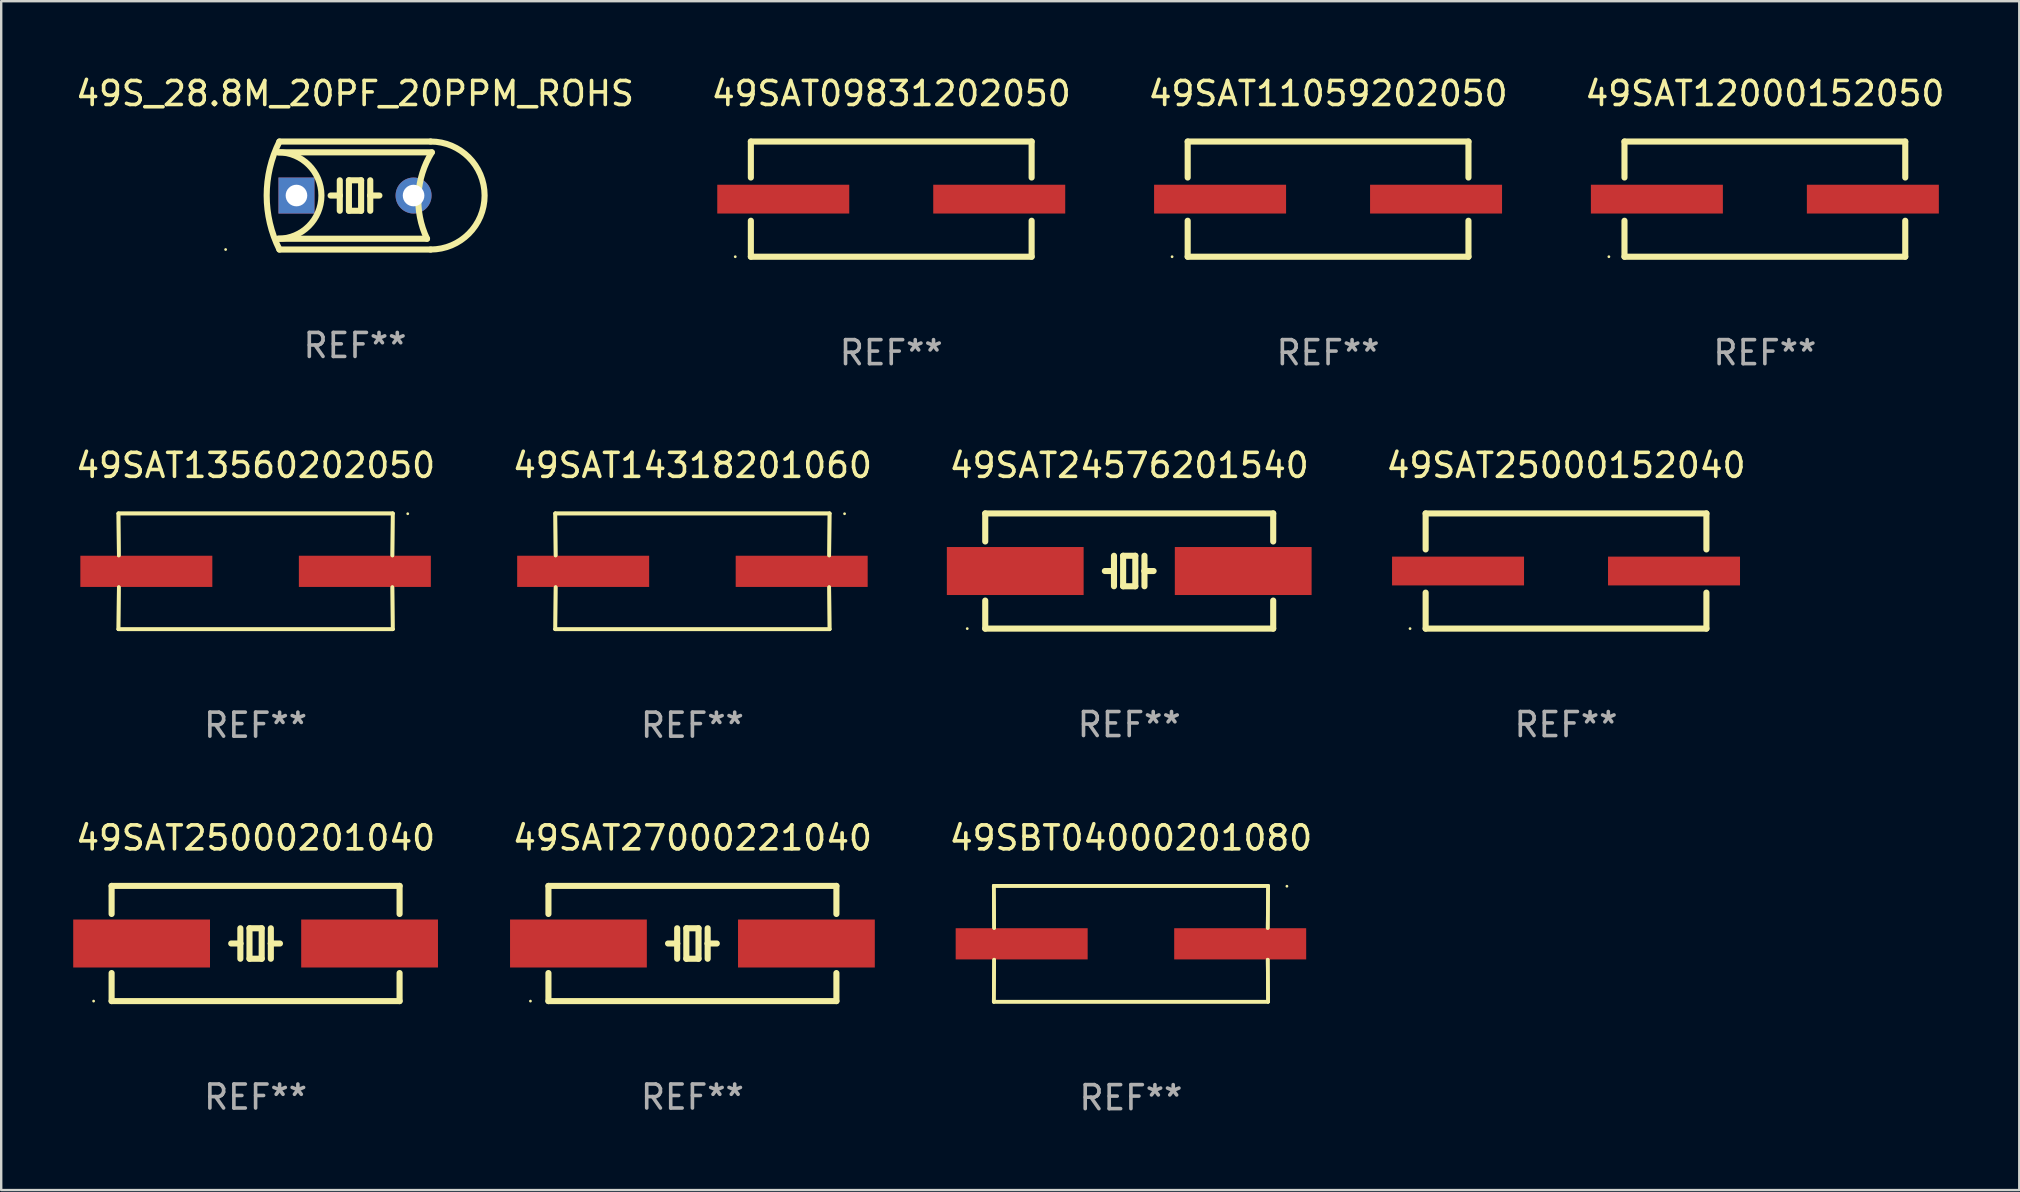
<source format=kicad_pcb>
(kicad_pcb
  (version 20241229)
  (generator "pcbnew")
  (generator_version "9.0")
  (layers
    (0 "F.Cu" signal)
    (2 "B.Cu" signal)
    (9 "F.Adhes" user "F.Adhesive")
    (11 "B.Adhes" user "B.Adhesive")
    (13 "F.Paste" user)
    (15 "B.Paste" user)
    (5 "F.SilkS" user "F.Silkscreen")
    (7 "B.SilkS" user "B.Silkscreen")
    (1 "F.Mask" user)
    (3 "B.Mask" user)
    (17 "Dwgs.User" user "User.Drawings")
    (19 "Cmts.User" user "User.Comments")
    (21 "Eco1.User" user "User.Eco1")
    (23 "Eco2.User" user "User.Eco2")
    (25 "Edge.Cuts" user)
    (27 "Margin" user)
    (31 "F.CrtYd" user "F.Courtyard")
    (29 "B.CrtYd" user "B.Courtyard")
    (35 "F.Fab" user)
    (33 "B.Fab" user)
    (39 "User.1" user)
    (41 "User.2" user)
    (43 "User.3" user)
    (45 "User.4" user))
  (footprint "49SAT09831202050"
    (layer "F.Cu")
    (at 34.089 5.248)
    (property "Reference" "49SAT09831202050" (at 0 -4.4 0) (layer "F.SilkS") (effects (font (size 1 1) (thickness 0.15))))
    (attr through_hole)
    (fp_line (start -5.85 -2.4) (end 5.85 -2.4) (stroke (width 0.254) (type solid)) (layer "F.SilkS"))
    (fp_line (start -5.85 -2.4) (end -5.85 -0.9) (stroke (width 0.254) (type solid)) (layer "F.SilkS"))
    (fp_line (start -5.85 2.4) (end 5.85 2.4) (stroke (width 0.254) (type solid)) (layer "F.SilkS"))
    (fp_line (start -5.85 0.9) (end -5.85 2.4) (stroke (width 0.254) (type solid)) (layer "F.SilkS"))
    (fp_line (start 5.85 -2.4) (end 5.85 -0.9) (stroke (width 0.254) (type solid)) (layer "F.SilkS"))
    (fp_line (start 5.85 0.9) (end 5.85 2.4) (stroke (width 0.254) (type solid)) (layer "F.SilkS"))
    (fp_circle (center -6.5 2.4) (end -6.47 2.4) (stroke (width 0.06) (type solid)) (fill no) (layer "F.SilkS"))
    (fp_text user "REF**" (at 0 6.4 0) (layer "F.Fab") (effects (font (size 1 1) (thickness 0.15))))
    (pad "1" smd rect (at -4.5 -0.000025) (size 5.5 1.2) (layers "F.Cu" "F.Mask" "F.Paste"))
    (pad "2" smd rect (at 4.5 -0.000025) (size 5.5 1.2) (layers "F.Cu" "F.Mask" "F.Paste")))
  (footprint "49SAT11059202050"
    (layer "F.Cu")
    (at 52.292 5.248)
    (property "Reference" "49SAT11059202050" (at 0 -4.4 0) (layer "F.SilkS") (effects (font (size 1 1) (thickness 0.15))))
    (attr through_hole)
    (fp_line (start -5.85 -2.4) (end 5.85 -2.4) (stroke (width 0.254) (type solid)) (layer "F.SilkS"))
    (fp_line (start -5.85 -2.4) (end -5.85 -0.9) (stroke (width 0.254) (type solid)) (layer "F.SilkS"))
    (fp_line (start -5.85 2.4) (end 5.85 2.4) (stroke (width 0.254) (type solid)) (layer "F.SilkS"))
    (fp_line (start -5.85 0.9) (end -5.85 2.4) (stroke (width 0.254) (type solid)) (layer "F.SilkS"))
    (fp_line (start 5.85 -2.4) (end 5.85 -0.9) (stroke (width 0.254) (type solid)) (layer "F.SilkS"))
    (fp_line (start 5.85 0.9) (end 5.85 2.4) (stroke (width 0.254) (type solid)) (layer "F.SilkS"))
    (fp_circle (center -6.5 2.4) (end -6.47 2.4) (stroke (width 0.06) (type solid)) (fill no) (layer "F.SilkS"))
    (fp_text user "REF**" (at 0 6.4 0) (layer "F.Fab") (effects (font (size 1 1) (thickness 0.15))))
    (pad "1" smd rect (at -4.5 -0.000025) (size 5.5 1.2) (layers "F.Cu" "F.Mask" "F.Paste"))
    (pad "2" smd rect (at 4.5 -0.000025) (size 5.5 1.2) (layers "F.Cu" "F.Mask" "F.Paste")))
  (footprint "49SBT04000201080"
    (layer "F.Cu")
    (at 44.077 36.28)
    (property "Reference" "49SBT04000201080" (at 0 -4.413 0) (layer "F.SilkS") (effects (font (size 1 1) (thickness 0.15))))
    (attr through_hole)
    (fp_line (start -5.715 -2.413) (end -5.7 -0.662) (stroke (width 0.152) (type solid)) (layer "F.SilkS"))
    (fp_line (start -5.715 -2.413) (end -5.7 -0.662) (stroke (width 0.152) (type solid)) (layer "F.SilkS"))
    (fp_line (start -5.715 2.413) (end 5.715 2.413) (stroke (width 0.152) (type solid)) (layer "F.SilkS"))
    (fp_line (start -5.715 2.413) (end 5.715 2.413) (stroke (width 0.152) (type solid)) (layer "F.SilkS"))
    (fp_line (start -5.7 0.662) (end -5.715 2.413) (stroke (width 0.152) (type solid)) (layer "F.SilkS"))
    (fp_line (start -5.7 0.662) (end -5.715 2.413) (stroke (width 0.152) (type solid)) (layer "F.SilkS"))
    (fp_line (start 5.7 -0.662) (end 5.715 -2.413) (stroke (width 0.152) (type solid)) (layer "F.SilkS"))
    (fp_line (start 5.7 -0.662) (end 5.715 -2.413) (stroke (width 0.152) (type solid)) (layer "F.SilkS"))
    (fp_line (start 5.715 -2.413) (end -5.715 -2.413) (stroke (width 0.152) (type solid)) (layer "F.SilkS"))
    (fp_line (start 5.715 -2.413) (end -5.715 -2.413) (stroke (width 0.152) (type solid)) (layer "F.SilkS"))
    (fp_line (start 5.715 2.413) (end 5.7 0.662) (stroke (width 0.152) (type solid)) (layer "F.SilkS"))
    (fp_line (start 5.715 2.413) (end 5.7 0.662) (stroke (width 0.152) (type solid)) (layer "F.SilkS"))
    (fp_circle (center 6.5 -2.4) (end 6.53 -2.4) (stroke (width 0.06) (type solid)) (fill no) (layer "F.SilkS"))
    (fp_text user "REF**" (at 0 6.413 0) (layer "F.Fab") (effects (font (size 1 1) (thickness 0.15))))
    (pad "1" smd rect (at 4.553 0) (size 5.5 1.3) (layers "F.Cu" "F.Mask" "F.Paste"))
    (pad "2" smd rect (at -4.553 0) (size 5.5 1.3) (layers "F.Cu" "F.Mask" "F.Paste")))
  (footprint "49SAT13560202050"
    (layer "F.Cu")
    (at 7.601 20.758)
    (property "Reference" "49SAT13560202050" (at 0 -4.413 0) (layer "F.SilkS") (effects (font (size 1 1) (thickness 0.15))))
    (attr through_hole)
    (fp_line (start -5.715 -2.413) (end -5.7 -0.662) (stroke (width 0.152) (type solid)) (layer "F.SilkS"))
    (fp_line (start -5.715 -2.413) (end -5.7 -0.662) (stroke (width 0.152) (type solid)) (layer "F.SilkS"))
    (fp_line (start -5.715 2.413) (end 5.715 2.413) (stroke (width 0.152) (type solid)) (layer "F.SilkS"))
    (fp_line (start -5.715 2.413) (end 5.715 2.413) (stroke (width 0.152) (type solid)) (layer "F.SilkS"))
    (fp_line (start -5.7 0.662) (end -5.715 2.413) (stroke (width 0.152) (type solid)) (layer "F.SilkS"))
    (fp_line (start -5.7 0.662) (end -5.715 2.413) (stroke (width 0.152) (type solid)) (layer "F.SilkS"))
    (fp_line (start 5.7 -0.662) (end 5.715 -2.413) (stroke (width 0.152) (type solid)) (layer "F.SilkS"))
    (fp_line (start 5.7 -0.662) (end 5.715 -2.413) (stroke (width 0.152) (type solid)) (layer "F.SilkS"))
    (fp_line (start 5.715 -2.413) (end -5.715 -2.413) (stroke (width 0.152) (type solid)) (layer "F.SilkS"))
    (fp_line (start 5.715 -2.413) (end -5.715 -2.413) (stroke (width 0.152) (type solid)) (layer "F.SilkS"))
    (fp_line (start 5.715 2.413) (end 5.7 0.662) (stroke (width 0.152) (type solid)) (layer "F.SilkS"))
    (fp_line (start 5.715 2.413) (end 5.7 0.662) (stroke (width 0.152) (type solid)) (layer "F.SilkS"))
    (fp_circle (center 6.34 -2.4) (end 6.37 -2.4) (stroke (width 0.06) (type solid)) (fill no) (layer "F.SilkS"))
    (fp_text user "REF**" (at 0 6.413 0) (layer "F.Fab") (effects (font (size 1 1) (thickness 0.15))))
    (pad "1" smd rect (at 4.553 0) (size 5.5 1.3) (layers "F.Cu" "F.Mask" "F.Paste"))
    (pad "2" smd rect (at -4.553 0) (size 5.5 1.3) (layers "F.Cu" "F.Mask" "F.Paste")))
  (footprint "49S_28.8M_20PF_20PPM_ROHS"
    (layer "F.Cu")
    (at 11.744 5.098)
    (property "Reference" "49S_28.8M_20PF_20PPM_ROHS" (at 0 -4.25 0) (layer "F.SilkS") (effects (font (size 1 1) (thickness 0.15))))
    (attr through_hole)
    (fp_line (start -3.2 -1.8) (end 3.2 -1.8) (stroke (width 0.254) (type solid)) (layer "F.SilkS"))
    (fp_line (start -3.15 2.25) (end 3.15 2.25) (stroke (width 0.254) (type solid)) (layer "F.SilkS"))
    (fp_line (start -0.635 -0.635) (end -0.635 0) (stroke (width 0.254) (type solid)) (layer "F.SilkS"))
    (fp_line (start -0.635 0) (end -1.016 0) (stroke (width 0.254) (type solid)) (layer "F.SilkS"))
    (fp_line (start -0.635 0) (end -0.635 0.635) (stroke (width 0.254) (type solid)) (layer "F.SilkS"))
    (fp_line (start -0.254 -0.635) (end -0.254 0.635) (stroke (width 0.254) (type solid)) (layer "F.SilkS"))
    (fp_line (start -0.254 0.635) (end 0.254 0.635) (stroke (width 0.254) (type solid)) (layer "F.SilkS"))
    (fp_line (start 0.254 -0.635) (end -0.254 -0.635) (stroke (width 0.254) (type solid)) (layer "F.SilkS"))
    (fp_line (start 0.254 0.635) (end 0.254 -0.635) (stroke (width 0.254) (type solid)) (layer "F.SilkS"))
    (fp_line (start 0.635 -0.635) (end 0.635 0) (stroke (width 0.254) (type solid)) (layer "F.SilkS"))
    (fp_line (start 0.635 0) (end 0.635 0.635) (stroke (width 0.254) (type solid)) (layer "F.SilkS"))
    (fp_line (start 0.635 0) (end 1.016 0) (stroke (width 0.254) (type solid)) (layer "F.SilkS"))
    (fp_line (start 3 1.8) (end -3.2 1.8) (stroke (width 0.254) (type solid)) (layer "F.SilkS"))
    (fp_line (start 3.15 -2.25) (end -3.15 -2.25) (stroke (width 0.254) (type solid)) (layer "F.SilkS"))
    (fp_arc (start -3.200406 -1.800864) (mid -1.399974 -0.000635) (end -3.2 1.8) (stroke (width 0.254001) (type solid)) (layer "F.SilkS"))
    (fp_arc (start -3.149606 2.250444) (mid -3.680941 0.000261) (end -3.149987 -2.250013) (stroke (width 0.254001) (type solid)) (layer "F.SilkS"))
    (fp_arc (start 2.999746 1.800863) (mid 2.642982 -0.024977) (end 3.2 -1.8) (stroke (width 0.254001) (type solid)) (layer "F.SilkS"))
    (fp_arc (start 3.149607 -2.250445) (mid 5.399848 -0.000406) (end 3.149987 2.250013) (stroke (width 0.254001) (type solid)) (layer "F.SilkS"))
    (fp_circle (center -5.392 2.25) (end -5.362 2.25) (stroke (width 0.06) (type solid)) (fill no) (layer "F.SilkS"))
    (fp_text user "REF**" (at 0 6.25 0) (layer "F.Fab") (effects (font (size 1 1) (thickness 0.15))))
    (pad "1" thru_hole rect (at -2.44 0) (size 1.5 1.5) (drill 0.9) (layers "*.Cu" "*.Mask"))
    (pad "2" thru_hole circle (at 2.44 0) (size 1.5 1.5) (drill 0.9) (layers "*.Cu" "*.Mask")))
  (footprint "49SAT14318201060"
    (layer "F.Cu")
    (at 25.804 20.758)
    (property "Reference" "49SAT14318201060" (at 0 -4.413 0) (layer "F.SilkS") (effects (font (size 1 1) (thickness 0.15))))
    (attr through_hole)
    (fp_line (start -5.715 -2.413) (end -5.7 -0.662) (stroke (width 0.152) (type solid)) (layer "F.SilkS"))
    (fp_line (start -5.715 -2.413) (end -5.7 -0.662) (stroke (width 0.152) (type solid)) (layer "F.SilkS"))
    (fp_line (start -5.715 2.413) (end 5.715 2.413) (stroke (width 0.152) (type solid)) (layer "F.SilkS"))
    (fp_line (start -5.715 2.413) (end 5.715 2.413) (stroke (width 0.152) (type solid)) (layer "F.SilkS"))
    (fp_line (start -5.7 0.662) (end -5.715 2.413) (stroke (width 0.152) (type solid)) (layer "F.SilkS"))
    (fp_line (start -5.7 0.662) (end -5.715 2.413) (stroke (width 0.152) (type solid)) (layer "F.SilkS"))
    (fp_line (start 5.7 -0.662) (end 5.715 -2.413) (stroke (width 0.152) (type solid)) (layer "F.SilkS"))
    (fp_line (start 5.7 -0.662) (end 5.715 -2.413) (stroke (width 0.152) (type solid)) (layer "F.SilkS"))
    (fp_line (start 5.715 -2.413) (end -5.715 -2.413) (stroke (width 0.152) (type solid)) (layer "F.SilkS"))
    (fp_line (start 5.715 -2.413) (end -5.715 -2.413) (stroke (width 0.152) (type solid)) (layer "F.SilkS"))
    (fp_line (start 5.715 2.413) (end 5.7 0.662) (stroke (width 0.152) (type solid)) (layer "F.SilkS"))
    (fp_line (start 5.715 2.413) (end 5.7 0.662) (stroke (width 0.152) (type solid)) (layer "F.SilkS"))
    (fp_circle (center 6.34 -2.4) (end 6.37 -2.4) (stroke (width 0.06) (type solid)) (fill no) (layer "F.SilkS"))
    (fp_text user "REF**" (at 0 6.413 0) (layer "F.Fab") (effects (font (size 1 1) (thickness 0.15))))
    (pad "1" smd rect (at 4.553 0) (size 5.5 1.3) (layers "F.Cu" "F.Mask" "F.Paste"))
    (pad "2" smd rect (at -4.553 0) (size 5.5 1.3) (layers "F.Cu" "F.Mask" "F.Paste")))
  (footprint "49SAT27000221040"
    (layer "F.Cu")
    (at 25.804 36.267)
    (property "Reference" "49SAT27000221040" (at 0 -4.4 0) (layer "F.SilkS") (effects (font (size 1 1) (thickness 0.15))))
    (attr through_hole)
    (fp_line (start -6 -2.4) (end -6 -1.231) (stroke (width 0.254) (type solid)) (layer "F.SilkS"))
    (fp_line (start -6 -2.4) (end 6 -2.4) (stroke (width 0.254) (type solid)) (layer "F.SilkS"))
    (fp_line (start -6 1.231) (end -6 2.4) (stroke (width 0.254) (type solid)) (layer "F.SilkS"))
    (fp_line (start -6 2.4) (end 6 2.4) (stroke (width 0.254) (type solid)) (layer "F.SilkS"))
    (fp_line (start -0.635 -0.635) (end -0.635 0) (stroke (width 0.254) (type solid)) (layer "F.SilkS"))
    (fp_line (start -0.635 0) (end -1.016 0) (stroke (width 0.254) (type solid)) (layer "F.SilkS"))
    (fp_line (start -0.635 0) (end -0.635 0.635) (stroke (width 0.254) (type solid)) (layer "F.SilkS"))
    (fp_line (start -0.254 -0.635) (end -0.254 0.635) (stroke (width 0.254) (type solid)) (layer "F.SilkS"))
    (fp_line (start -0.254 0.635) (end 0.254 0.635) (stroke (width 0.254) (type solid)) (layer "F.SilkS"))
    (fp_line (start 0.254 -0.635) (end -0.254 -0.635) (stroke (width 0.254) (type solid)) (layer "F.SilkS"))
    (fp_line (start 0.254 0.635) (end 0.254 -0.635) (stroke (width 0.254) (type solid)) (layer "F.SilkS"))
    (fp_line (start 0.635 -0.635) (end 0.635 0) (stroke (width 0.254) (type solid)) (layer "F.SilkS"))
    (fp_line (start 0.635 0) (end 0.635 0.635) (stroke (width 0.254) (type solid)) (layer "F.SilkS"))
    (fp_line (start 0.635 0) (end 1.016 0) (stroke (width 0.254) (type solid)) (layer "F.SilkS"))
    (fp_line (start 6 -2.4) (end 6 -1.231) (stroke (width 0.254) (type solid)) (layer "F.SilkS"))
    (fp_line (start 6 1.231) (end 6 2.4) (stroke (width 0.254) (type solid)) (layer "F.SilkS"))
    (fp_circle (center -6.75 2.4) (end -6.72 2.4) (stroke (width 0.06) (type solid)) (fill no) (layer "F.SilkS"))
    (fp_text user "REF**" (at 0 6.4 0) (layer "F.Fab") (effects (font (size 1 1) (thickness 0.15))))
    (pad "1" smd rect (at -4.75 0) (size 5.7 2) (layers "F.Cu" "F.Mask" "F.Paste"))
    (pad "2" smd rect (at 4.75 0) (size 5.7 2) (layers "F.Cu" "F.Mask" "F.Paste")))
  (footprint "49SAT12000152050"
    (layer "F.Cu")
    (at 70.494 5.248)
    (property "Reference" "49SAT12000152050" (at 0 -4.4 0) (layer "F.SilkS") (effects (font (size 1 1) (thickness 0.15))))
    (attr through_hole)
    (fp_line (start -5.85 -2.4) (end 5.85 -2.4) (stroke (width 0.254) (type solid)) (layer "F.SilkS"))
    (fp_line (start -5.85 -2.4) (end -5.85 -0.9) (stroke (width 0.254) (type solid)) (layer "F.SilkS"))
    (fp_line (start -5.85 2.4) (end 5.85 2.4) (stroke (width 0.254) (type solid)) (layer "F.SilkS"))
    (fp_line (start -5.85 0.9) (end -5.85 2.4) (stroke (width 0.254) (type solid)) (layer "F.SilkS"))
    (fp_line (start 5.85 -2.4) (end 5.85 -0.9) (stroke (width 0.254) (type solid)) (layer "F.SilkS"))
    (fp_line (start 5.85 0.9) (end 5.85 2.4) (stroke (width 0.254) (type solid)) (layer "F.SilkS"))
    (fp_circle (center -6.5 2.4) (end -6.47 2.4) (stroke (width 0.06) (type solid)) (fill no) (layer "F.SilkS"))
    (fp_text user "REF**" (at 0 6.4 0) (layer "F.Fab") (effects (font (size 1 1) (thickness 0.15))))
    (pad "1" smd rect (at -4.5 -0.000025) (size 5.5 1.2) (layers "F.Cu" "F.Mask" "F.Paste"))
    (pad "2" smd rect (at 4.5 -0.000025) (size 5.5 1.2) (layers "F.Cu" "F.Mask" "F.Paste")))
  (footprint "49SAT24576201540"
    (layer "F.Cu")
    (at 44.006 20.745)
    (property "Reference" "49SAT24576201540" (at 0 -4.4 0) (layer "F.SilkS") (effects (font (size 1 1) (thickness 0.15))))
    (attr through_hole)
    (fp_line (start -6 -2.4) (end -6 -1.231) (stroke (width 0.254) (type solid)) (layer "F.SilkS"))
    (fp_line (start -6 -2.4) (end 6 -2.4) (stroke (width 0.254) (type solid)) (layer "F.SilkS"))
    (fp_line (start -6 1.231) (end -6 2.4) (stroke (width 0.254) (type solid)) (layer "F.SilkS"))
    (fp_line (start -6 2.4) (end 6 2.4) (stroke (width 0.254) (type solid)) (layer "F.SilkS"))
    (fp_line (start -0.635 -0.635) (end -0.635 0) (stroke (width 0.254) (type solid)) (layer "F.SilkS"))
    (fp_line (start -0.635 0) (end -1.016 0) (stroke (width 0.254) (type solid)) (layer "F.SilkS"))
    (fp_line (start -0.635 0) (end -0.635 0.635) (stroke (width 0.254) (type solid)) (layer "F.SilkS"))
    (fp_line (start -0.254 -0.635) (end -0.254 0.635) (stroke (width 0.254) (type solid)) (layer "F.SilkS"))
    (fp_line (start -0.254 0.635) (end 0.254 0.635) (stroke (width 0.254) (type solid)) (layer "F.SilkS"))
    (fp_line (start 0.254 -0.635) (end -0.254 -0.635) (stroke (width 0.254) (type solid)) (layer "F.SilkS"))
    (fp_line (start 0.254 0.635) (end 0.254 -0.635) (stroke (width 0.254) (type solid)) (layer "F.SilkS"))
    (fp_line (start 0.635 -0.635) (end 0.635 0) (stroke (width 0.254) (type solid)) (layer "F.SilkS"))
    (fp_line (start 0.635 0) (end 0.635 0.635) (stroke (width 0.254) (type solid)) (layer "F.SilkS"))
    (fp_line (start 0.635 0) (end 1.016 0) (stroke (width 0.254) (type solid)) (layer "F.SilkS"))
    (fp_line (start 6 -2.4) (end 6 -1.231) (stroke (width 0.254) (type solid)) (layer "F.SilkS"))
    (fp_line (start 6 1.231) (end 6 2.4) (stroke (width 0.254) (type solid)) (layer "F.SilkS"))
    (fp_circle (center -6.75 2.4) (end -6.72 2.4) (stroke (width 0.06) (type solid)) (fill no) (layer "F.SilkS"))
    (fp_text user "REF**" (at 0 6.4 0) (layer "F.Fab") (effects (font (size 1 1) (thickness 0.15))))
    (pad "1" smd rect (at -4.75 0) (size 5.7 2) (layers "F.Cu" "F.Mask" "F.Paste"))
    (pad "2" smd rect (at 4.75 0) (size 5.7 2) (layers "F.Cu" "F.Mask" "F.Paste")))
  (footprint "49SAT25000201040"
    (layer "F.Cu")
    (at 7.601 36.267)
    (property "Reference" "49SAT25000201040" (at 0 -4.4 0) (layer "F.SilkS") (effects (font (size 1 1) (thickness 0.15))))
    (attr through_hole)
    (fp_line (start -6 -2.4) (end -6 -1.231) (stroke (width 0.254) (type solid)) (layer "F.SilkS"))
    (fp_line (start -6 -2.4) (end 6 -2.4) (stroke (width 0.254) (type solid)) (layer "F.SilkS"))
    (fp_line (start -6 1.231) (end -6 2.4) (stroke (width 0.254) (type solid)) (layer "F.SilkS"))
    (fp_line (start -6 2.4) (end 6 2.4) (stroke (width 0.254) (type solid)) (layer "F.SilkS"))
    (fp_line (start -0.635 -0.635) (end -0.635 0) (stroke (width 0.254) (type solid)) (layer "F.SilkS"))
    (fp_line (start -0.635 0) (end -1.016 0) (stroke (width 0.254) (type solid)) (layer "F.SilkS"))
    (fp_line (start -0.635 0) (end -0.635 0.635) (stroke (width 0.254) (type solid)) (layer "F.SilkS"))
    (fp_line (start -0.254 -0.635) (end -0.254 0.635) (stroke (width 0.254) (type solid)) (layer "F.SilkS"))
    (fp_line (start -0.254 0.635) (end 0.254 0.635) (stroke (width 0.254) (type solid)) (layer "F.SilkS"))
    (fp_line (start 0.254 -0.635) (end -0.254 -0.635) (stroke (width 0.254) (type solid)) (layer "F.SilkS"))
    (fp_line (start 0.254 0.635) (end 0.254 -0.635) (stroke (width 0.254) (type solid)) (layer "F.SilkS"))
    (fp_line (start 0.635 -0.635) (end 0.635 0) (stroke (width 0.254) (type solid)) (layer "F.SilkS"))
    (fp_line (start 0.635 0) (end 0.635 0.635) (stroke (width 0.254) (type solid)) (layer "F.SilkS"))
    (fp_line (start 0.635 0) (end 1.016 0) (stroke (width 0.254) (type solid)) (layer "F.SilkS"))
    (fp_line (start 6 -2.4) (end 6 -1.231) (stroke (width 0.254) (type solid)) (layer "F.SilkS"))
    (fp_line (start 6 1.231) (end 6 2.4) (stroke (width 0.254) (type solid)) (layer "F.SilkS"))
    (fp_circle (center -6.75 2.4) (end -6.72 2.4) (stroke (width 0.06) (type solid)) (fill no) (layer "F.SilkS"))
    (fp_text user "REF**" (at 0 6.4 0) (layer "F.Fab") (effects (font (size 1 1) (thickness 0.15))))
    (pad "1" smd rect (at -4.75 0) (size 5.7 2) (layers "F.Cu" "F.Mask" "F.Paste"))
    (pad "2" smd rect (at 4.75 0) (size 5.7 2) (layers "F.Cu" "F.Mask" "F.Paste")))
  (footprint "49SAT25000152040"
    (layer "F.Cu")
    (at 62.208 20.745)
    (property "Reference" "49SAT25000152040" (at 0 -4.4 0) (layer "F.SilkS") (effects (font (size 1 1) (thickness 0.15))))
    (attr through_hole)
    (fp_line (start -5.85 -2.4) (end 5.85 -2.4) (stroke (width 0.254) (type solid)) (layer "F.SilkS"))
    (fp_line (start -5.85 -2.4) (end -5.85 -0.9) (stroke (width 0.254) (type solid)) (layer "F.SilkS"))
    (fp_line (start -5.85 2.4) (end 5.85 2.4) (stroke (width 0.254) (type solid)) (layer "F.SilkS"))
    (fp_line (start -5.85 0.9) (end -5.85 2.4) (stroke (width 0.254) (type solid)) (layer "F.SilkS"))
    (fp_line (start 5.85 -2.4) (end 5.85 -0.9) (stroke (width 0.254) (type solid)) (layer "F.SilkS"))
    (fp_line (start 5.85 0.9) (end 5.85 2.4) (stroke (width 0.254) (type solid)) (layer "F.SilkS"))
    (fp_circle (center -6.5 2.4) (end -6.47 2.4) (stroke (width 0.06) (type solid)) (fill no) (layer "F.SilkS"))
    (fp_text user "REF**" (at 0 6.4 0) (layer "F.Fab") (effects (font (size 1 1) (thickness 0.15))))
    (pad "1" smd rect (at -4.5 -0.000025) (size 5.5 1.2) (layers "F.Cu" "F.Mask" "F.Paste"))
    (pad "2" smd rect (at 4.5 -0.000025) (size 5.5 1.2) (layers "F.Cu" "F.Mask" "F.Paste")))
  (gr_rect
    (start -3 -3)
    (end 81.095 46.542)
    (stroke (width 0.1) (type default))
    (fill no)
    (layer "Edge.Cuts")))
</source>
